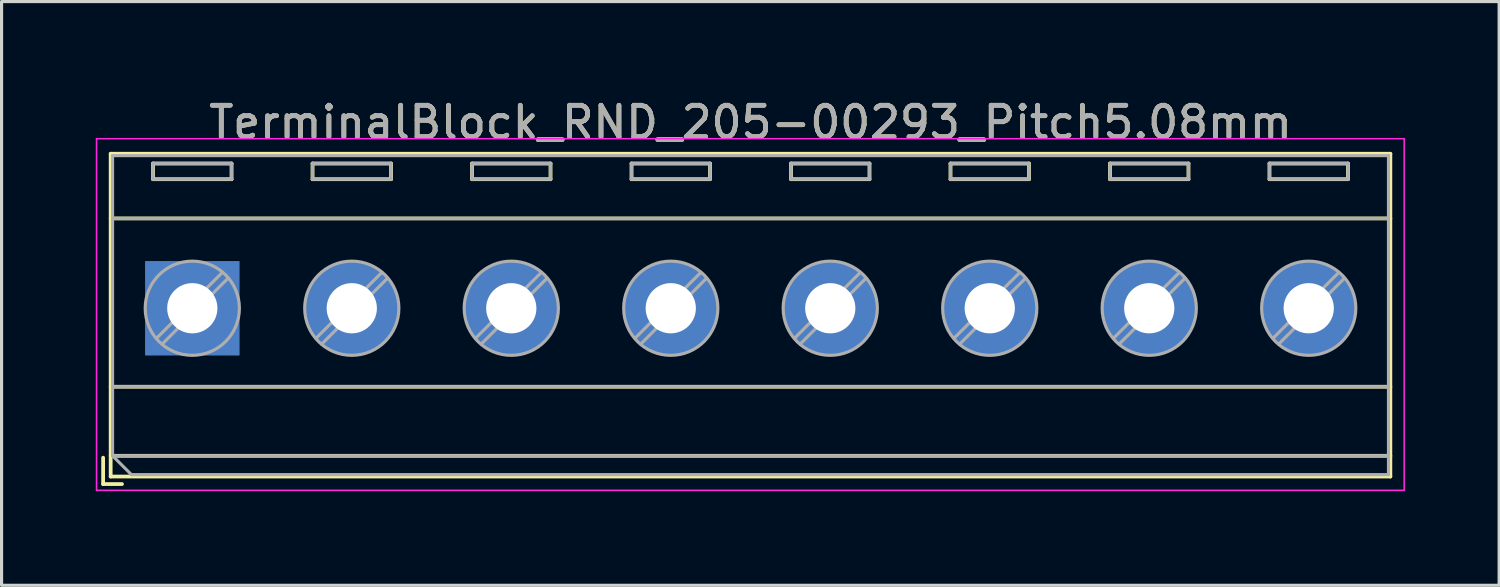
<source format=kicad_pcb>
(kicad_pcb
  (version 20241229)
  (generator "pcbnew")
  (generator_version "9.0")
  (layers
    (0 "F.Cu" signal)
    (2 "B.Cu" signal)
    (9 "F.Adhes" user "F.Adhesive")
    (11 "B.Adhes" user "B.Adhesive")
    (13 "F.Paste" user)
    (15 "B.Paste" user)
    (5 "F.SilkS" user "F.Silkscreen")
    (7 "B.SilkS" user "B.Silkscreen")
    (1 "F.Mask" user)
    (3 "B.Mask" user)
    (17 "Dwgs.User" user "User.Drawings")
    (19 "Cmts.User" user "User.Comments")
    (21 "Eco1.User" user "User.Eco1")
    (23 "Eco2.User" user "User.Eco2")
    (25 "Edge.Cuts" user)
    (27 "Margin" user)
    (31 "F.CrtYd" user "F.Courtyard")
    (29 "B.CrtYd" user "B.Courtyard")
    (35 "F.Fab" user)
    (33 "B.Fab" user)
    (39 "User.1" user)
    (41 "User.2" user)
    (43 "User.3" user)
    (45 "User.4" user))
  (footprint "TerminalBlock_RND_205-00293_Pitch5.08mm"
    (layer "F.Cu")
    (at 3.075 6.768)
    (property "Reference" "TerminalBlock_RND_205-00293_Pitch5.08mm" (at 17.78 -5.92 0) (layer "F.SilkS") (effects (font (size 1 1) (thickness 0.15))))
    (attr through_hole)
    (fp_line (start -2.84 4.76) (end -2.84 5.6) (stroke (width 0.12) (type solid)) (layer "F.SilkS"))
    (fp_line (start -2.84 5.6) (end -2.24 5.6) (stroke (width 0.12) (type solid)) (layer "F.SilkS"))
    (fp_line (start -2.6 -4.92) (end -2.6 5.36) (stroke (width 0.12) (type solid)) (layer "F.SilkS"))
    (fp_line (start -2.6 -2.86) (end 38.16 -2.86) (stroke (width 0.12) (type solid)) (layer "F.SilkS"))
    (fp_line (start -2.6 2.5) (end 38.16 2.5) (stroke (width 0.12) (type solid)) (layer "F.SilkS"))
    (fp_line (start -2.6 4.7) (end 38.16 4.7) (stroke (width 0.12) (type solid)) (layer "F.SilkS"))
    (fp_line (start -2.6 5.36) (end 38.16 5.36) (stroke (width 0.12) (type solid)) (layer "F.SilkS"))
    (fp_line (start -1.25 -4.61) (end -1.25 -4.11) (stroke (width 0.12) (type solid)) (layer "F.SilkS"))
    (fp_line (start -1.25 -4.61) (end 1.25 -4.61) (stroke (width 0.12) (type solid)) (layer "F.SilkS"))
    (fp_line (start -1.25 -4.11) (end 1.25 -4.11) (stroke (width 0.12) (type solid)) (layer "F.SilkS"))
    (fp_line (start 1.25 -4.61) (end 1.25 -4.11) (stroke (width 0.12) (type solid)) (layer "F.SilkS"))
    (fp_line (start 3.83 -4.61) (end 3.83 -4.11) (stroke (width 0.12) (type solid)) (layer "F.SilkS"))
    (fp_line (start 3.83 -4.61) (end 6.33 -4.61) (stroke (width 0.12) (type solid)) (layer "F.SilkS"))
    (fp_line (start 3.83 -4.11) (end 6.33 -4.11) (stroke (width 0.12) (type solid)) (layer "F.SilkS"))
    (fp_line (start 6.33 -4.61) (end 6.33 -4.11) (stroke (width 0.12) (type solid)) (layer "F.SilkS"))
    (fp_line (start 8.91 -4.61) (end 8.91 -4.11) (stroke (width 0.12) (type solid)) (layer "F.SilkS"))
    (fp_line (start 8.91 -4.61) (end 11.41 -4.61) (stroke (width 0.12) (type solid)) (layer "F.SilkS"))
    (fp_line (start 8.91 -4.11) (end 11.41 -4.11) (stroke (width 0.12) (type solid)) (layer "F.SilkS"))
    (fp_line (start 11.41 -4.61) (end 11.41 -4.11) (stroke (width 0.12) (type solid)) (layer "F.SilkS"))
    (fp_line (start 13.99 -4.61) (end 13.99 -4.11) (stroke (width 0.12) (type solid)) (layer "F.SilkS"))
    (fp_line (start 13.99 -4.61) (end 16.49 -4.61) (stroke (width 0.12) (type solid)) (layer "F.SilkS"))
    (fp_line (start 13.99 -4.11) (end 16.49 -4.11) (stroke (width 0.12) (type solid)) (layer "F.SilkS"))
    (fp_line (start 16.49 -4.61) (end 16.49 -4.11) (stroke (width 0.12) (type solid)) (layer "F.SilkS"))
    (fp_line (start 19.07 -4.61) (end 19.07 -4.11) (stroke (width 0.12) (type solid)) (layer "F.SilkS"))
    (fp_line (start 19.07 -4.61) (end 21.57 -4.61) (stroke (width 0.12) (type solid)) (layer "F.SilkS"))
    (fp_line (start 19.07 -4.11) (end 21.57 -4.11) (stroke (width 0.12) (type solid)) (layer "F.SilkS"))
    (fp_line (start 21.57 -4.61) (end 21.57 -4.11) (stroke (width 0.12) (type solid)) (layer "F.SilkS"))
    (fp_line (start 24.15 -4.61) (end 24.15 -4.11) (stroke (width 0.12) (type solid)) (layer "F.SilkS"))
    (fp_line (start 24.15 -4.61) (end 26.65 -4.61) (stroke (width 0.12) (type solid)) (layer "F.SilkS"))
    (fp_line (start 24.15 -4.11) (end 26.65 -4.11) (stroke (width 0.12) (type solid)) (layer "F.SilkS"))
    (fp_line (start 26.65 -4.61) (end 26.65 -4.11) (stroke (width 0.12) (type solid)) (layer "F.SilkS"))
    (fp_line (start 29.23 -4.61) (end 29.23 -4.11) (stroke (width 0.12) (type solid)) (layer "F.SilkS"))
    (fp_line (start 29.23 -4.61) (end 31.73 -4.61) (stroke (width 0.12) (type solid)) (layer "F.SilkS"))
    (fp_line (start 29.23 -4.11) (end 31.73 -4.11) (stroke (width 0.12) (type solid)) (layer "F.SilkS"))
    (fp_line (start 31.73 -4.61) (end 31.73 -4.11) (stroke (width 0.12) (type solid)) (layer "F.SilkS"))
    (fp_line (start 34.31 -4.61) (end 34.31 -4.11) (stroke (width 0.12) (type solid)) (layer "F.SilkS"))
    (fp_line (start 34.31 -4.61) (end 36.81 -4.61) (stroke (width 0.12) (type solid)) (layer "F.SilkS"))
    (fp_line (start 34.31 -4.11) (end 36.81 -4.11) (stroke (width 0.12) (type solid)) (layer "F.SilkS"))
    (fp_line (start 36.81 -4.61) (end 36.81 -4.11) (stroke (width 0.12) (type solid)) (layer "F.SilkS"))
    (fp_line (start 38.16 -4.92) (end -2.6 -4.92) (stroke (width 0.12) (type solid)) (layer "F.SilkS"))
    (fp_line (start 38.16 5.36) (end 38.16 -4.92) (stroke (width 0.12) (type solid)) (layer "F.SilkS"))
    (fp_line (start -3.05 -5.4) (end -3.05 5.8) (stroke (width 0.05) (type solid)) (layer "F.CrtYd"))
    (fp_line (start -3.05 5.8) (end 38.6 5.8) (stroke (width 0.05) (type solid)) (layer "F.CrtYd"))
    (fp_line (start 38.6 -5.4) (end -3.05 -5.4) (stroke (width 0.05) (type solid)) (layer "F.CrtYd"))
    (fp_line (start 38.6 5.8) (end 38.6 -5.4) (stroke (width 0.05) (type solid)) (layer "F.CrtYd"))
    (fp_line (start -2.54 -4.86) (end 38.1 -4.86) (stroke (width 0.1) (type solid)) (layer "F.Fab"))
    (fp_line (start -2.54 -2.86) (end 38.1 -2.86) (stroke (width 0.1) (type solid)) (layer "F.Fab"))
    (fp_line (start -2.54 2.5) (end 38.1 2.5) (stroke (width 0.1) (type solid)) (layer "F.Fab"))
    (fp_line (start -2.54 4.7) (end -2.54 -4.86) (stroke (width 0.1) (type solid)) (layer "F.Fab"))
    (fp_line (start -2.54 4.7) (end 38.1 4.7) (stroke (width 0.1) (type solid)) (layer "F.Fab"))
    (fp_line (start -1.94 5.3) (end -2.54 4.7) (stroke (width 0.1) (type solid)) (layer "F.Fab"))
    (fp_line (start -1.25 -4.61) (end -1.25 -4.11) (stroke (width 0.1) (type solid)) (layer "F.Fab"))
    (fp_line (start -1.25 -4.11) (end 1.25 -4.11) (stroke (width 0.1) (type solid)) (layer "F.Fab"))
    (fp_line (start 0.955 -1.138) (end -1.138 0.955) (stroke (width 0.1) (type solid)) (layer "F.Fab"))
    (fp_line (start 1.138 -0.955) (end -0.955 1.138) (stroke (width 0.1) (type solid)) (layer "F.Fab"))
    (fp_line (start 1.25 -4.61) (end -1.25 -4.61) (stroke (width 0.1) (type solid)) (layer "F.Fab"))
    (fp_line (start 1.25 -4.11) (end 1.25 -4.61) (stroke (width 0.1) (type solid)) (layer "F.Fab"))
    (fp_line (start 3.83 -4.61) (end 3.83 -4.11) (stroke (width 0.1) (type solid)) (layer "F.Fab"))
    (fp_line (start 3.83 -4.11) (end 6.33 -4.11) (stroke (width 0.1) (type solid)) (layer "F.Fab"))
    (fp_line (start 6.035 -1.138) (end 3.943 0.955) (stroke (width 0.1) (type solid)) (layer "F.Fab"))
    (fp_line (start 6.218 -0.955) (end 4.126 1.138) (stroke (width 0.1) (type solid)) (layer "F.Fab"))
    (fp_line (start 6.33 -4.61) (end 3.83 -4.61) (stroke (width 0.1) (type solid)) (layer "F.Fab"))
    (fp_line (start 6.33 -4.11) (end 6.33 -4.61) (stroke (width 0.1) (type solid)) (layer "F.Fab"))
    (fp_line (start 8.91 -4.61) (end 8.91 -4.11) (stroke (width 0.1) (type solid)) (layer "F.Fab"))
    (fp_line (start 8.91 -4.11) (end 11.41 -4.11) (stroke (width 0.1) (type solid)) (layer "F.Fab"))
    (fp_line (start 11.115 -1.138) (end 9.023 0.955) (stroke (width 0.1) (type solid)) (layer "F.Fab"))
    (fp_line (start 11.298 -0.955) (end 9.206 1.138) (stroke (width 0.1) (type solid)) (layer "F.Fab"))
    (fp_line (start 11.41 -4.61) (end 8.91 -4.61) (stroke (width 0.1) (type solid)) (layer "F.Fab"))
    (fp_line (start 11.41 -4.11) (end 11.41 -4.61) (stroke (width 0.1) (type solid)) (layer "F.Fab"))
    (fp_line (start 13.99 -4.61) (end 13.99 -4.11) (stroke (width 0.1) (type solid)) (layer "F.Fab"))
    (fp_line (start 13.99 -4.11) (end 16.49 -4.11) (stroke (width 0.1) (type solid)) (layer "F.Fab"))
    (fp_line (start 16.195 -1.138) (end 14.103 0.955) (stroke (width 0.1) (type solid)) (layer "F.Fab"))
    (fp_line (start 16.378 -0.955) (end 14.286 1.138) (stroke (width 0.1) (type solid)) (layer "F.Fab"))
    (fp_line (start 16.49 -4.61) (end 13.99 -4.61) (stroke (width 0.1) (type solid)) (layer "F.Fab"))
    (fp_line (start 16.49 -4.11) (end 16.49 -4.61) (stroke (width 0.1) (type solid)) (layer "F.Fab"))
    (fp_line (start 19.07 -4.61) (end 19.07 -4.11) (stroke (width 0.1) (type solid)) (layer "F.Fab"))
    (fp_line (start 19.07 -4.11) (end 21.57 -4.11) (stroke (width 0.1) (type solid)) (layer "F.Fab"))
    (fp_line (start 21.275 -1.138) (end 19.183 0.955) (stroke (width 0.1) (type solid)) (layer "F.Fab"))
    (fp_line (start 21.458 -0.955) (end 19.366 1.138) (stroke (width 0.1) (type solid)) (layer "F.Fab"))
    (fp_line (start 21.57 -4.61) (end 19.07 -4.61) (stroke (width 0.1) (type solid)) (layer "F.Fab"))
    (fp_line (start 21.57 -4.11) (end 21.57 -4.61) (stroke (width 0.1) (type solid)) (layer "F.Fab"))
    (fp_line (start 24.15 -4.61) (end 24.15 -4.11) (stroke (width 0.1) (type solid)) (layer "F.Fab"))
    (fp_line (start 24.15 -4.11) (end 26.65 -4.11) (stroke (width 0.1) (type solid)) (layer "F.Fab"))
    (fp_line (start 26.355 -1.138) (end 24.263 0.955) (stroke (width 0.1) (type solid)) (layer "F.Fab"))
    (fp_line (start 26.538 -0.955) (end 24.446 1.138) (stroke (width 0.1) (type solid)) (layer "F.Fab"))
    (fp_line (start 26.65 -4.61) (end 24.15 -4.61) (stroke (width 0.1) (type solid)) (layer "F.Fab"))
    (fp_line (start 26.65 -4.11) (end 26.65 -4.61) (stroke (width 0.1) (type solid)) (layer "F.Fab"))
    (fp_line (start 29.23 -4.61) (end 29.23 -4.11) (stroke (width 0.1) (type solid)) (layer "F.Fab"))
    (fp_line (start 29.23 -4.11) (end 31.73 -4.11) (stroke (width 0.1) (type solid)) (layer "F.Fab"))
    (fp_line (start 31.435 -1.138) (end 29.343 0.955) (stroke (width 0.1) (type solid)) (layer "F.Fab"))
    (fp_line (start 31.618 -0.955) (end 29.526 1.138) (stroke (width 0.1) (type solid)) (layer "F.Fab"))
    (fp_line (start 31.73 -4.61) (end 29.23 -4.61) (stroke (width 0.1) (type solid)) (layer "F.Fab"))
    (fp_line (start 31.73 -4.11) (end 31.73 -4.61) (stroke (width 0.1) (type solid)) (layer "F.Fab"))
    (fp_line (start 34.31 -4.61) (end 34.31 -4.11) (stroke (width 0.1) (type solid)) (layer "F.Fab"))
    (fp_line (start 34.31 -4.11) (end 36.81 -4.11) (stroke (width 0.1) (type solid)) (layer "F.Fab"))
    (fp_line (start 36.515 -1.138) (end 34.423 0.955) (stroke (width 0.1) (type solid)) (layer "F.Fab"))
    (fp_line (start 36.698 -0.955) (end 34.606 1.138) (stroke (width 0.1) (type solid)) (layer "F.Fab"))
    (fp_line (start 36.81 -4.61) (end 34.31 -4.61) (stroke (width 0.1) (type solid)) (layer "F.Fab"))
    (fp_line (start 36.81 -4.11) (end 36.81 -4.61) (stroke (width 0.1) (type solid)) (layer "F.Fab"))
    (fp_line (start 38.1 -4.86) (end 38.1 5.3) (stroke (width 0.1) (type solid)) (layer "F.Fab"))
    (fp_line (start 38.1 5.3) (end -1.94 5.3) (stroke (width 0.1) (type solid)) (layer "F.Fab"))
    (fp_circle (center 0 0) (end 1.5 0) (stroke (width 0.1) (type solid)) (fill no) (layer "F.Fab"))
    (fp_circle (center 5.08 0) (end 6.58 0) (stroke (width 0.1) (type solid)) (fill no) (layer "F.Fab"))
    (fp_circle (center 10.16 0) (end 11.66 0) (stroke (width 0.1) (type solid)) (fill no) (layer "F.Fab"))
    (fp_circle (center 15.24 0) (end 16.74 0) (stroke (width 0.1) (type solid)) (fill no) (layer "F.Fab"))
    (fp_circle (center 20.32 0) (end 21.82 0) (stroke (width 0.1) (type solid)) (fill no) (layer "F.Fab"))
    (fp_circle (center 25.4 0) (end 26.9 0) (stroke (width 0.1) (type solid)) (fill no) (layer "F.Fab"))
    (fp_circle (center 30.48 0) (end 31.98 0) (stroke (width 0.1) (type solid)) (fill no) (layer "F.Fab"))
    (fp_circle (center 35.56 0) (end 37.06 0) (stroke (width 0.1) (type solid)) (fill no) (layer "F.Fab"))
    (fp_text user "${REFERENCE}" (at 17.78 -5.92 0) (layer "F.Fab") (effects (font (size 1 1) (thickness 0.15))))
    (pad "1" thru_hole rect (at 0 0) (size 3 3) (drill 1.6) (layers "*.Cu" "*.Mask"))
    (pad "2" thru_hole circle (at 5.08 0) (size 3 3) (drill 1.6) (layers "*.Cu" "*.Mask"))
    (pad "3" thru_hole circle (at 10.16 0) (size 3 3) (drill 1.6) (layers "*.Cu" "*.Mask"))
    (pad "4" thru_hole circle (at 15.24 0) (size 3 3) (drill 1.6) (layers "*.Cu" "*.Mask"))
    (pad "5" thru_hole circle (at 20.32 0) (size 3 3) (drill 1.6) (layers "*.Cu" "*.Mask"))
    (pad "6" thru_hole circle (at 25.4 0) (size 3 3) (drill 1.6) (layers "*.Cu" "*.Mask"))
    (pad "7" thru_hole circle (at 30.48 0) (size 3 3) (drill 1.6) (layers "*.Cu" "*.Mask"))
    (pad "8" thru_hole circle (at 35.56 0) (size 3 3) (drill 1.6) (layers "*.Cu" "*.Mask")))
  (gr_rect
    (start -3 -3)
    (end 44.7 15.593)
    (stroke (width 0.1) (type default))
    (fill no)
    (layer "Edge.Cuts")))
</source>
